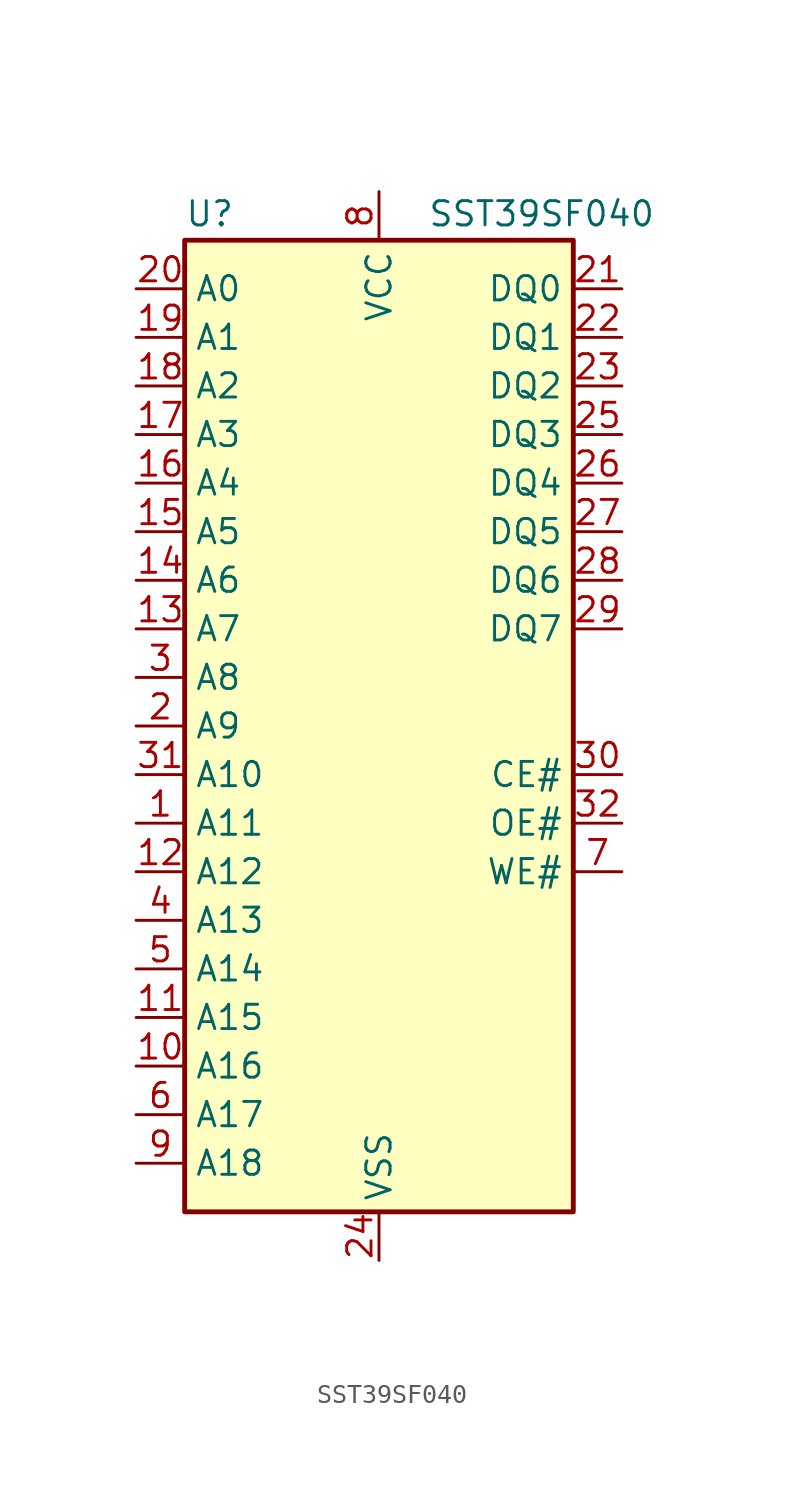
<source format=kicad_sym>
(kicad_symbol_lib
  (version 20220914)
  (generator kicad_symbol_editor)
  (symbol "SST39SF040"
    (property "Reference" "U"
      (at -10.16 26.035 0)
      (effects (font (size 1.27 1.27)) (justify left bottom)))
    (property "Value" "SST39SF040"
      (at 2.54 26.035 0)
      (effects (font (size 1.27 1.27)) (justify left bottom)))
    (symbol "SST39SF040_0_0"
      (pin power_in line (at 0 -27.94 90) (length 2.54) (name "VSS" (effects (font (size 1.27 1.27)))) (number "24" (effects (font (size 1.27 1.27)))))
      (pin power_in line (at 0 27.94 270) (length 2.54) (name "VCC" (effects (font (size 1.27 1.27)))) (number "8" (effects (font (size 1.27 1.27))))))
    (symbol "SST39SF040_0_1"
      (rectangle (start -10.16 25.4) (end 10.16 -25.4) (stroke (width 0.254) (type default)) (fill (type background))))
    (symbol "SST39SF040_1_1"
      (pin input line (at -12.7 -5.08 0) (length 2.54) (name "A11" (effects (font (size 1.27 1.27)))) (number "1" (effects (font (size 1.27 1.27)))))
      (pin input line (at -12.7 -17.78 0) (length 2.54) (name "A16" (effects (font (size 1.27 1.27)))) (number "10" (effects (font (size 1.27 1.27)))))
      (pin input line (at -12.7 -15.24 0) (length 2.54) (name "A15" (effects (font (size 1.27 1.27)))) (number "11" (effects (font (size 1.27 1.27)))))
      (pin input line (at -12.7 -7.62 0) (length 2.54) (name "A12" (effects (font (size 1.27 1.27)))) (number "12" (effects (font (size 1.27 1.27)))))
      (pin input line (at -12.7 5.08 0) (length 2.54) (name "A7" (effects (font (size 1.27 1.27)))) (number "13" (effects (font (size 1.27 1.27)))))
      (pin input line (at -12.7 7.62 0) (length 2.54) (name "A6" (effects (font (size 1.27 1.27)))) (number "14" (effects (font (size 1.27 1.27)))))
      (pin input line (at -12.7 10.16 0) (length 2.54) (name "A5" (effects (font (size 1.27 1.27)))) (number "15" (effects (font (size 1.27 1.27)))))
      (pin input line (at -12.7 12.7 0) (length 2.54) (name "A4" (effects (font (size 1.27 1.27)))) (number "16" (effects (font (size 1.27 1.27)))))
      (pin input line (at -12.7 15.24 0) (length 2.54) (name "A3" (effects (font (size 1.27 1.27)))) (number "17" (effects (font (size 1.27 1.27)))))
      (pin input line (at -12.7 17.78 0) (length 2.54) (name "A2" (effects (font (size 1.27 1.27)))) (number "18" (effects (font (size 1.27 1.27)))))
      (pin input line (at -12.7 20.32 0) (length 2.54) (name "A1" (effects (font (size 1.27 1.27)))) (number "19" (effects (font (size 1.27 1.27)))))
      (pin input line (at -12.7 0 0) (length 2.54) (name "A9" (effects (font (size 1.27 1.27)))) (number "2" (effects (font (size 1.27 1.27)))))
      (pin input line (at -12.7 22.86 0) (length 2.54) (name "A0" (effects (font (size 1.27 1.27)))) (number "20" (effects (font (size 1.27 1.27)))))
      (pin tri_state line (at 12.7 22.86 180) (length 2.54) (name "DQ0" (effects (font (size 1.27 1.27)))) (number "21" (effects (font (size 1.27 1.27)))))
      (pin tri_state line (at 12.7 20.32 180) (length 2.54) (name "DQ1" (effects (font (size 1.27 1.27)))) (number "22" (effects (font (size 1.27 1.27)))))
      (pin tri_state line (at 12.7 17.78 180) (length 2.54) (name "DQ2" (effects (font (size 1.27 1.27)))) (number "23" (effects (font (size 1.27 1.27)))))
      (pin tri_state line (at 12.7 15.24 180) (length 2.54) (name "DQ3" (effects (font (size 1.27 1.27)))) (number "25" (effects (font (size 1.27 1.27)))))
      (pin tri_state line (at 12.7 12.7 180) (length 2.54) (name "DQ4" (effects (font (size 1.27 1.27)))) (number "26" (effects (font (size 1.27 1.27)))))
      (pin tri_state line (at 12.7 10.16 180) (length 2.54) (name "DQ5" (effects (font (size 1.27 1.27)))) (number "27" (effects (font (size 1.27 1.27)))))
      (pin tri_state line (at 12.7 7.62 180) (length 2.54) (name "DQ6" (effects (font (size 1.27 1.27)))) (number "28" (effects (font (size 1.27 1.27)))))
      (pin tri_state line (at 12.7 5.08 180) (length 2.54) (name "DQ7" (effects (font (size 1.27 1.27)))) (number "29" (effects (font (size 1.27 1.27)))))
      (pin input line (at -12.7 2.54 0) (length 2.54) (name "A8" (effects (font (size 1.27 1.27)))) (number "3" (effects (font (size 1.27 1.27)))))
      (pin input line (at 12.7 -2.54 180) (length 2.54) (name "CE#" (effects (font (size 1.27 1.27)))) (number "30" (effects (font (size 1.27 1.27)))))
      (pin input line (at -12.7 -2.54 0) (length 2.54) (name "A10" (effects (font (size 1.27 1.27)))) (number "31" (effects (font (size 1.27 1.27)))))
      (pin input line (at 12.7 -5.08 180) (length 2.54) (name "OE#" (effects (font (size 1.27 1.27)))) (number "32" (effects (font (size 1.27 1.27)))))
      (pin input line (at -12.7 -10.16 0) (length 2.54) (name "A13" (effects (font (size 1.27 1.27)))) (number "4" (effects (font (size 1.27 1.27)))))
      (pin input line (at -12.7 -12.7 0) (length 2.54) (name "A14" (effects (font (size 1.27 1.27)))) (number "5" (effects (font (size 1.27 1.27)))))
      (pin input line (at -12.7 -20.32 0) (length 2.54) (name "A17" (effects (font (size 1.27 1.27)))) (number "6" (effects (font (size 1.27 1.27)))))
      (pin input line (at 12.7 -7.62 180) (length 2.54) (name "WE#" (effects (font (size 1.27 1.27)))) (number "7" (effects (font (size 1.27 1.27)))))
      (pin input line (at -12.7 -22.86 0) (length 2.54) (name "A18" (effects (font (size 1.27 1.27)))) (number "9" (effects (font (size 1.27 1.27))))))))
</source>
